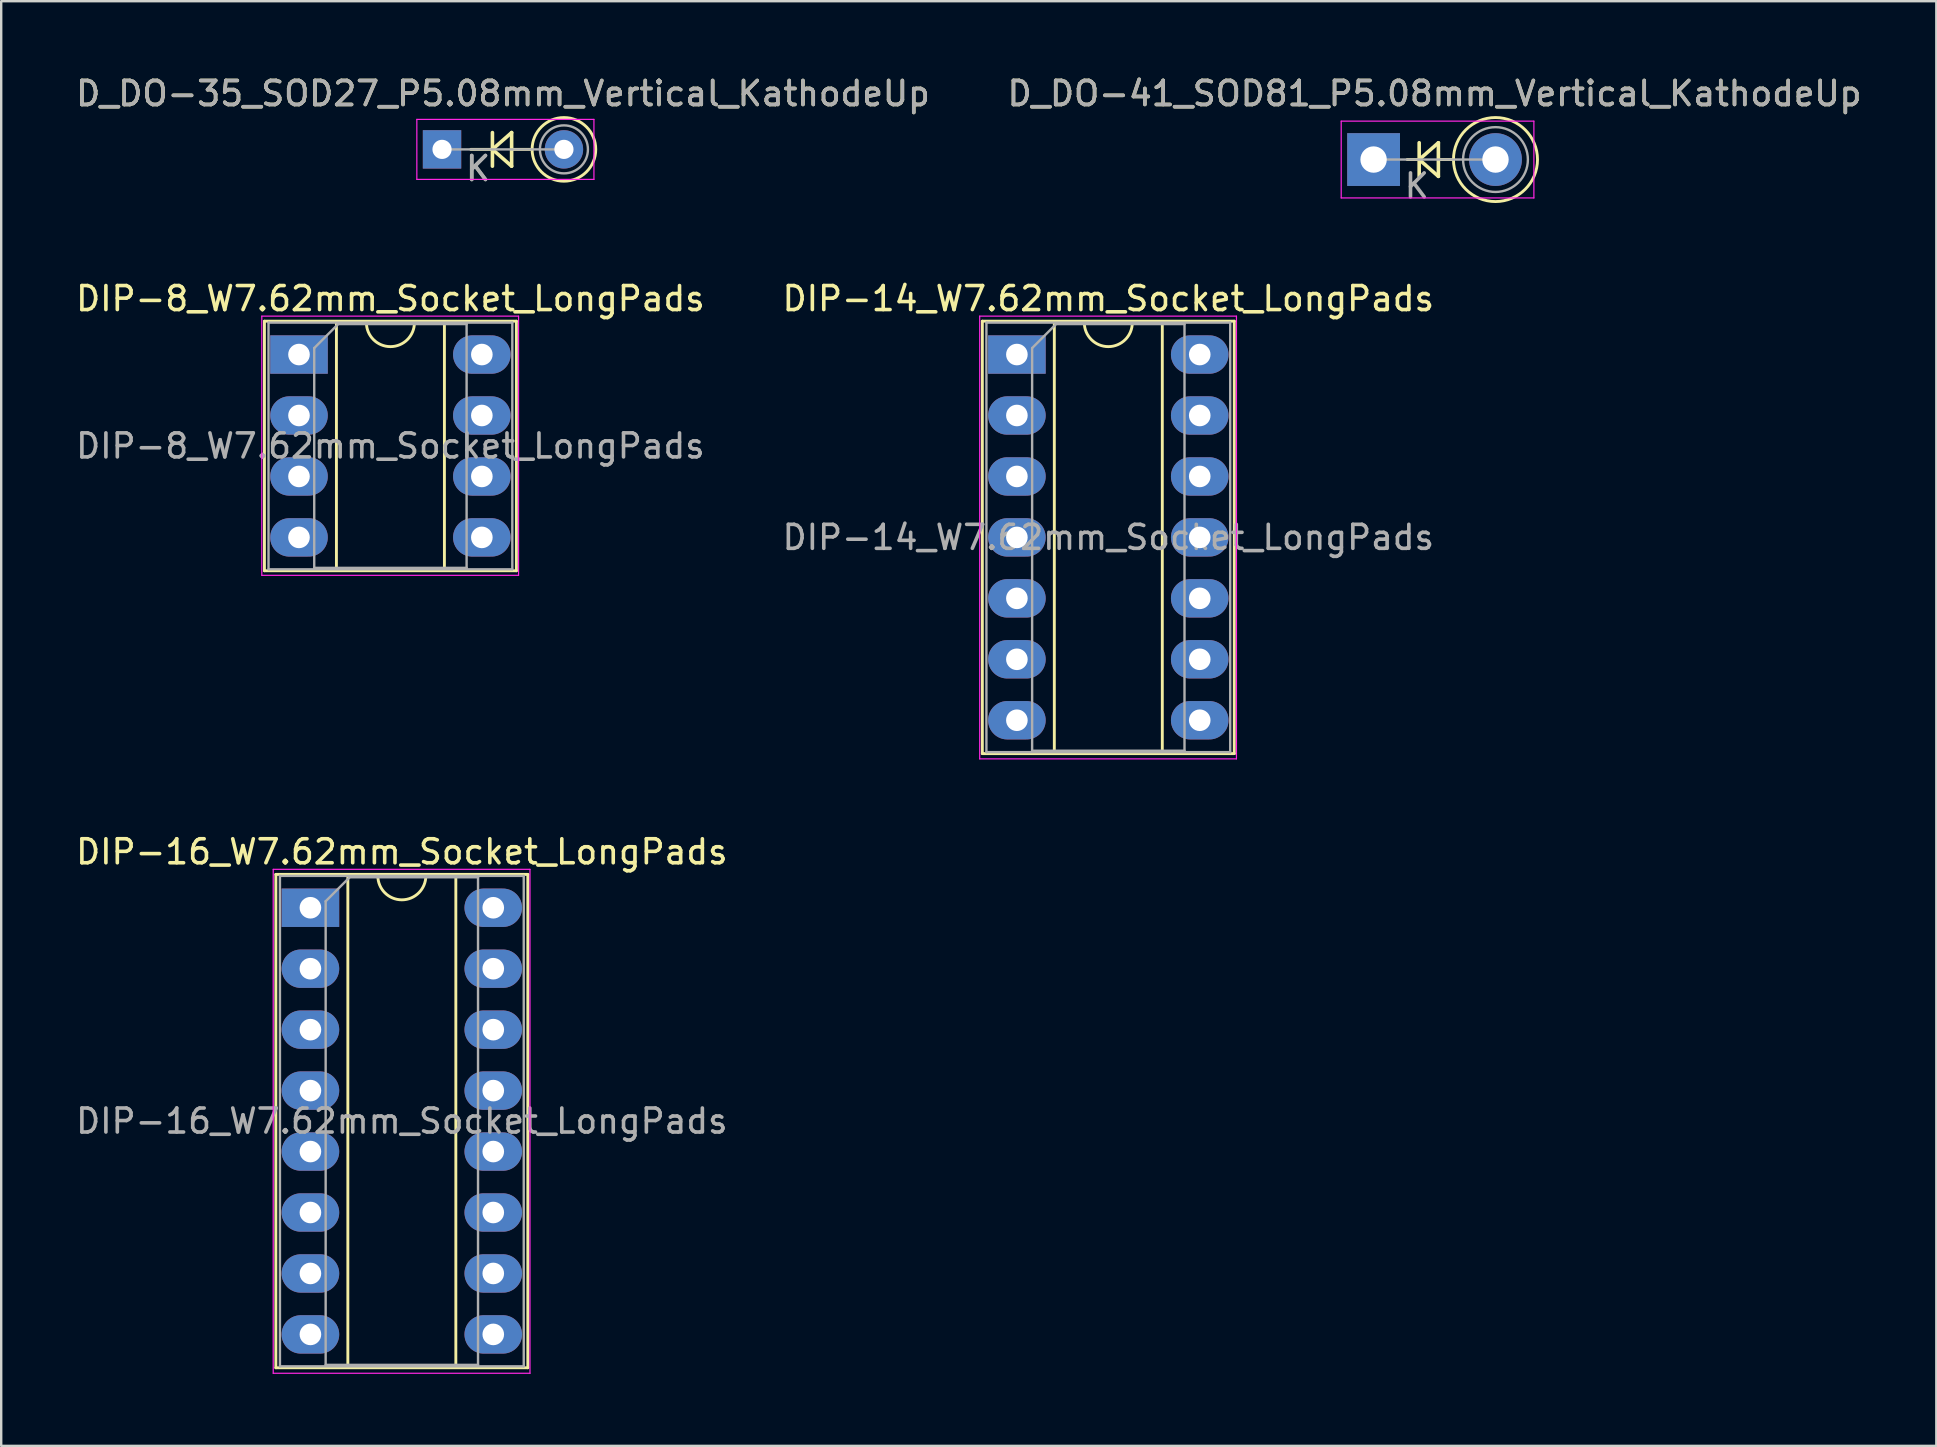
<source format=kicad_pcb>
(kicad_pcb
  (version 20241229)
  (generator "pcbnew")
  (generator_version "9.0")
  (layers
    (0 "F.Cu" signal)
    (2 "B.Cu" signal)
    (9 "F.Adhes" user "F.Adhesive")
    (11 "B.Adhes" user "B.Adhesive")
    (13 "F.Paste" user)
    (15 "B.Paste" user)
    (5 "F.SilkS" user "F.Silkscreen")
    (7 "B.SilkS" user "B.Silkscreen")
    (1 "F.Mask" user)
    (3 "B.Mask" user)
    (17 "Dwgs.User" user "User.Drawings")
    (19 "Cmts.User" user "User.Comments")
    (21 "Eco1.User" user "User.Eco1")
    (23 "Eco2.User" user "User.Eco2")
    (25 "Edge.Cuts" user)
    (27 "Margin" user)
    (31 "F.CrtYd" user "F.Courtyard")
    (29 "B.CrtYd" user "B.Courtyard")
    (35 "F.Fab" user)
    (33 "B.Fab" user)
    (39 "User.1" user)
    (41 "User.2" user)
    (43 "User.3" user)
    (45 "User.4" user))
  (footprint "D_DO-41_SOD81_P5.08mm_Vertical_KathodeUp"
    (layer "F.Cu")
    (at 54.192 3.599)
    (property "Reference" "D_DO-41_SOD81_P5.08mm_Vertical_KathodeUp" (at 2.54 -2.751 0) (layer "F.SilkS") (effects (font (size 1 1) (thickness 0.15))))
    (attr through_hole)
    (fp_line (start 1.9 -0.7) (end 1.9 0.7) (stroke (width 0.15) (type solid)) (layer "F.SilkS"))
    (fp_line (start 1.9 0) (end 1.4 0) (stroke (width 0.12) (type solid)) (layer "F.SilkS"))
    (fp_line (start 1.9 0) (end 2.7 -0.7) (stroke (width 0.15) (type solid)) (layer "F.SilkS"))
    (fp_line (start 2.7 -0.7) (end 2.7 0.7) (stroke (width 0.15) (type solid)) (layer "F.SilkS"))
    (fp_line (start 2.7 0.7) (end 1.9 0) (stroke (width 0.15) (type solid)) (layer "F.SilkS"))
    (fp_line (start 3.329 0) (end 2.7 0) (stroke (width 0.12) (type solid)) (layer "F.SilkS"))
    (fp_circle (center 5.08 0) (end 6.831 0) (stroke (width 0.12) (type solid)) (fill no) (layer "F.SilkS"))
    (fp_line (start -1.35 -1.6) (end -1.35 1.6) (stroke (width 0.05) (type solid)) (layer "F.CrtYd"))
    (fp_line (start -1.35 1.6) (end 6.68 1.6) (stroke (width 0.05) (type solid)) (layer "F.CrtYd"))
    (fp_line (start 6.68 -1.6) (end -1.35 -1.6) (stroke (width 0.05) (type solid)) (layer "F.CrtYd"))
    (fp_line (start 6.68 1.6) (end 6.68 -1.6) (stroke (width 0.05) (type solid)) (layer "F.CrtYd"))
    (fp_line (start 0 0) (end 5.08 0) (stroke (width 0.1) (type solid)) (layer "F.Fab"))
    (fp_circle (center 5.08 0) (end 6.43 0) (stroke (width 0.1) (type solid)) (fill no) (layer "F.Fab"))
    (fp_text user "K" (at 1.8 1.1 0) (layer "F.Fab") (effects (font (size 1 1) (thickness 0.15))))
    (fp_text user "${REFERENCE}" (at 2.54 -2.751 0) (layer "F.Fab") (effects (font (size 1 1) (thickness 0.15))))
    (pad "1" thru_hole rect (at 0 0) (size 2.2 2.2) (drill 1.1) (layers "*.Cu" "*.Mask"))
    (pad "2" thru_hole oval (at 5.08 0) (size 2.2 2.2) (drill 1.1) (layers "*.Cu" "*.Mask")))
  (footprint "DIP-8_W7.62mm_Socket_LongPads"
    (layer "F.Cu")
    (at 9.41 11.725)
    (property "Reference" "DIP-8_W7.62mm_Socket_LongPads" (at 3.81 -2.33 0) (layer "F.SilkS") (effects (font (size 1 1) (thickness 0.15))))
    (attr through_hole)
    (fp_line (start -1.44 -1.39) (end -1.44 9.01) (stroke (width 0.12) (type solid)) (layer "F.SilkS"))
    (fp_line (start -1.44 9.01) (end 9.06 9.01) (stroke (width 0.12) (type solid)) (layer "F.SilkS"))
    (fp_line (start 1.56 -1.33) (end 1.56 8.95) (stroke (width 0.12) (type solid)) (layer "F.SilkS"))
    (fp_line (start 1.56 8.95) (end 6.06 8.95) (stroke (width 0.12) (type solid)) (layer "F.SilkS"))
    (fp_line (start 2.81 -1.33) (end 1.56 -1.33) (stroke (width 0.12) (type solid)) (layer "F.SilkS"))
    (fp_line (start 6.06 -1.33) (end 4.81 -1.33) (stroke (width 0.12) (type solid)) (layer "F.SilkS"))
    (fp_line (start 6.06 8.95) (end 6.06 -1.33) (stroke (width 0.12) (type solid)) (layer "F.SilkS"))
    (fp_line (start 9.06 -1.39) (end -1.44 -1.39) (stroke (width 0.12) (type solid)) (layer "F.SilkS"))
    (fp_line (start 9.06 9.01) (end 9.06 -1.39) (stroke (width 0.12) (type solid)) (layer "F.SilkS"))
    (fp_arc (start 4.81 -1.33) (mid 3.81 -0.33) (end 2.81 -1.33) (stroke (width 0.12) (type solid)) (layer "F.SilkS"))
    (fp_line (start -1.55 -1.6) (end -1.55 9.2) (stroke (width 0.05) (type solid)) (layer "F.CrtYd"))
    (fp_line (start -1.55 9.2) (end 9.15 9.2) (stroke (width 0.05) (type solid)) (layer "F.CrtYd"))
    (fp_line (start 9.15 -1.6) (end -1.55 -1.6) (stroke (width 0.05) (type solid)) (layer "F.CrtYd"))
    (fp_line (start 9.15 9.2) (end 9.15 -1.6) (stroke (width 0.05) (type solid)) (layer "F.CrtYd"))
    (fp_line (start -1.27 -1.33) (end -1.27 8.95) (stroke (width 0.1) (type solid)) (layer "F.Fab"))
    (fp_line (start -1.27 8.95) (end 8.89 8.95) (stroke (width 0.1) (type solid)) (layer "F.Fab"))
    (fp_line (start 0.635 -0.27) (end 1.635 -1.27) (stroke (width 0.1) (type solid)) (layer "F.Fab"))
    (fp_line (start 0.635 8.89) (end 0.635 -0.27) (stroke (width 0.1) (type solid)) (layer "F.Fab"))
    (fp_line (start 1.635 -1.27) (end 6.985 -1.27) (stroke (width 0.1) (type solid)) (layer "F.Fab"))
    (fp_line (start 6.985 -1.27) (end 6.985 8.89) (stroke (width 0.1) (type solid)) (layer "F.Fab"))
    (fp_line (start 6.985 8.89) (end 0.635 8.89) (stroke (width 0.1) (type solid)) (layer "F.Fab"))
    (fp_line (start 8.89 -1.33) (end -1.27 -1.33) (stroke (width 0.1) (type solid)) (layer "F.Fab"))
    (fp_line (start 8.89 8.95) (end 8.89 -1.33) (stroke (width 0.1) (type solid)) (layer "F.Fab"))
    (fp_text user "${REFERENCE}" (at 3.81 3.81 0) (layer "F.Fab") (effects (font (size 1 1) (thickness 0.15))))
    (pad "1" thru_hole rect (at 0 0) (size 2.4 1.6) (drill 0.9) (layers "*.Cu" "*.Mask"))
    (pad "2" thru_hole oval (at 0 2.54) (size 2.4 1.6) (drill 0.9) (layers "*.Cu" "*.Mask"))
    (pad "3" thru_hole oval (at 0 5.08) (size 2.4 1.6) (drill 0.9) (layers "*.Cu" "*.Mask"))
    (pad "4" thru_hole oval (at 0 7.62) (size 2.4 1.6) (drill 0.9) (layers "*.Cu" "*.Mask"))
    (pad "5" thru_hole oval (at 7.62 7.62) (size 2.4 1.6) (drill 0.9) (layers "*.Cu" "*.Mask"))
    (pad "6" thru_hole oval (at 7.62 5.08) (size 2.4 1.6) (drill 0.9) (layers "*.Cu" "*.Mask"))
    (pad "7" thru_hole oval (at 7.62 2.54) (size 2.4 1.6) (drill 0.9) (layers "*.Cu" "*.Mask"))
    (pad "8" thru_hole oval (at 7.62 0) (size 2.4 1.6) (drill 0.9) (layers "*.Cu" "*.Mask")))
  (footprint "DIP-16_W7.62mm_Socket_LongPads"
    (layer "F.Cu")
    (at 9.886 34.779)
    (property "Reference" "DIP-16_W7.62mm_Socket_LongPads" (at 3.81 -2.33 0) (layer "F.SilkS") (effects (font (size 1 1) (thickness 0.15))))
    (attr through_hole)
    (fp_line (start -1.44 -1.39) (end -1.44 19.17) (stroke (width 0.12) (type solid)) (layer "F.SilkS"))
    (fp_line (start -1.44 19.17) (end 9.06 19.17) (stroke (width 0.12) (type solid)) (layer "F.SilkS"))
    (fp_line (start 1.56 -1.33) (end 1.56 19.11) (stroke (width 0.12) (type solid)) (layer "F.SilkS"))
    (fp_line (start 1.56 19.11) (end 6.06 19.11) (stroke (width 0.12) (type solid)) (layer "F.SilkS"))
    (fp_line (start 2.81 -1.33) (end 1.56 -1.33) (stroke (width 0.12) (type solid)) (layer "F.SilkS"))
    (fp_line (start 6.06 -1.33) (end 4.81 -1.33) (stroke (width 0.12) (type solid)) (layer "F.SilkS"))
    (fp_line (start 6.06 19.11) (end 6.06 -1.33) (stroke (width 0.12) (type solid)) (layer "F.SilkS"))
    (fp_line (start 9.06 -1.39) (end -1.44 -1.39) (stroke (width 0.12) (type solid)) (layer "F.SilkS"))
    (fp_line (start 9.06 19.17) (end 9.06 -1.39) (stroke (width 0.12) (type solid)) (layer "F.SilkS"))
    (fp_arc (start 4.81 -1.33) (mid 3.81 -0.33) (end 2.81 -1.33) (stroke (width 0.12) (type solid)) (layer "F.SilkS"))
    (fp_line (start -1.55 -1.6) (end -1.55 19.4) (stroke (width 0.05) (type solid)) (layer "F.CrtYd"))
    (fp_line (start -1.55 19.4) (end 9.15 19.4) (stroke (width 0.05) (type solid)) (layer "F.CrtYd"))
    (fp_line (start 9.15 -1.6) (end -1.55 -1.6) (stroke (width 0.05) (type solid)) (layer "F.CrtYd"))
    (fp_line (start 9.15 19.4) (end 9.15 -1.6) (stroke (width 0.05) (type solid)) (layer "F.CrtYd"))
    (fp_line (start -1.27 -1.33) (end -1.27 19.11) (stroke (width 0.1) (type solid)) (layer "F.Fab"))
    (fp_line (start -1.27 19.11) (end 8.89 19.11) (stroke (width 0.1) (type solid)) (layer "F.Fab"))
    (fp_line (start 0.635 -0.27) (end 1.635 -1.27) (stroke (width 0.1) (type solid)) (layer "F.Fab"))
    (fp_line (start 0.635 19.05) (end 0.635 -0.27) (stroke (width 0.1) (type solid)) (layer "F.Fab"))
    (fp_line (start 1.635 -1.27) (end 6.985 -1.27) (stroke (width 0.1) (type solid)) (layer "F.Fab"))
    (fp_line (start 6.985 -1.27) (end 6.985 19.05) (stroke (width 0.1) (type solid)) (layer "F.Fab"))
    (fp_line (start 6.985 19.05) (end 0.635 19.05) (stroke (width 0.1) (type solid)) (layer "F.Fab"))
    (fp_line (start 8.89 -1.33) (end -1.27 -1.33) (stroke (width 0.1) (type solid)) (layer "F.Fab"))
    (fp_line (start 8.89 19.11) (end 8.89 -1.33) (stroke (width 0.1) (type solid)) (layer "F.Fab"))
    (fp_text user "${REFERENCE}" (at 3.81 8.89 0) (layer "F.Fab") (effects (font (size 1 1) (thickness 0.15))))
    (pad "1" thru_hole rect (at 0 0) (size 2.4 1.6) (drill 0.9) (layers "*.Cu" "*.Mask"))
    (pad "2" thru_hole oval (at 0 2.54) (size 2.4 1.6) (drill 0.9) (layers "*.Cu" "*.Mask"))
    (pad "3" thru_hole oval (at 0 5.08) (size 2.4 1.6) (drill 0.9) (layers "*.Cu" "*.Mask"))
    (pad "4" thru_hole oval (at 0 7.62) (size 2.4 1.6) (drill 0.9) (layers "*.Cu" "*.Mask"))
    (pad "5" thru_hole oval (at 0 10.16) (size 2.4 1.6) (drill 0.9) (layers "*.Cu" "*.Mask"))
    (pad "6" thru_hole oval (at 0 12.7) (size 2.4 1.6) (drill 0.9) (layers "*.Cu" "*.Mask"))
    (pad "7" thru_hole oval (at 0 15.24) (size 2.4 1.6) (drill 0.9) (layers "*.Cu" "*.Mask"))
    (pad "8" thru_hole oval (at 0 17.78) (size 2.4 1.6) (drill 0.9) (layers "*.Cu" "*.Mask"))
    (pad "9" thru_hole oval (at 7.62 17.78) (size 2.4 1.6) (drill 0.9) (layers "*.Cu" "*.Mask"))
    (pad "10" thru_hole oval (at 7.62 15.24) (size 2.4 1.6) (drill 0.9) (layers "*.Cu" "*.Mask"))
    (pad "11" thru_hole oval (at 7.62 12.7) (size 2.4 1.6) (drill 0.9) (layers "*.Cu" "*.Mask"))
    (pad "12" thru_hole oval (at 7.62 10.16) (size 2.4 1.6) (drill 0.9) (layers "*.Cu" "*.Mask"))
    (pad "13" thru_hole oval (at 7.62 7.62) (size 2.4 1.6) (drill 0.9) (layers "*.Cu" "*.Mask"))
    (pad "14" thru_hole oval (at 7.62 5.08) (size 2.4 1.6) (drill 0.9) (layers "*.Cu" "*.Mask"))
    (pad "15" thru_hole oval (at 7.62 2.54) (size 2.4 1.6) (drill 0.9) (layers "*.Cu" "*.Mask"))
    (pad "16" thru_hole oval (at 7.62 0) (size 2.4 1.6) (drill 0.9) (layers "*.Cu" "*.Mask")))
  (footprint "D_DO-35_SOD27_P5.08mm_Vertical_KathodeUp"
    (layer "F.Cu")
    (at 15.371 3.175)
    (property "Reference" "D_DO-35_SOD27_P5.08mm_Vertical_KathodeUp" (at 2.54 -2.326 0) (layer "F.SilkS") (effects (font (size 1 1) (thickness 0.15))))
    (attr through_hole)
    (fp_line (start 2.054 0) (end 1.2 0) (stroke (width 0.12) (type solid)) (layer "F.SilkS"))
    (fp_line (start 2.1 -0.7) (end 2.1 0.7) (stroke (width 0.15) (type solid)) (layer "F.SilkS"))
    (fp_line (start 2.1 0) (end 2.9 -0.7) (stroke (width 0.15) (type solid)) (layer "F.SilkS"))
    (fp_line (start 2.9 -0.7) (end 2.9 0.7) (stroke (width 0.15) (type solid)) (layer "F.SilkS"))
    (fp_line (start 2.9 0.7) (end 2.1 0) (stroke (width 0.15) (type solid)) (layer "F.SilkS"))
    (fp_line (start 3.754 0) (end 2.9 0) (stroke (width 0.12) (type solid)) (layer "F.SilkS"))
    (fp_circle (center 5.08 0) (end 6.406 0) (stroke (width 0.12) (type solid)) (fill no) (layer "F.SilkS"))
    (fp_line (start -1.05 -1.25) (end -1.05 1.25) (stroke (width 0.05) (type solid)) (layer "F.CrtYd"))
    (fp_line (start -1.05 1.25) (end 6.33 1.25) (stroke (width 0.05) (type solid)) (layer "F.CrtYd"))
    (fp_line (start 6.33 -1.25) (end -1.05 -1.25) (stroke (width 0.05) (type solid)) (layer "F.CrtYd"))
    (fp_line (start 6.33 1.25) (end 6.33 -1.25) (stroke (width 0.05) (type solid)) (layer "F.CrtYd"))
    (fp_line (start 0 0) (end 5.08 0) (stroke (width 0.1) (type solid)) (layer "F.Fab"))
    (fp_circle (center 5.08 0) (end 6.08 0) (stroke (width 0.1) (type solid)) (fill no) (layer "F.Fab"))
    (fp_text user "K" (at 1.5 0.8 0) (layer "F.Fab") (effects (font (size 1 1) (thickness 0.15))))
    (fp_text user "${REFERENCE}" (at 2.54 -2.326 0) (layer "F.Fab") (effects (font (size 1 1) (thickness 0.15))))
    (fp_text user "K" (at 1.5 0.8 0) (layer "F.Fab") (effects (font (size 1 1) (thickness 0.15))))
    (pad "1" thru_hole rect (at 0 0) (size 1.6 1.6) (drill 0.8) (layers "*.Cu" "*.Mask"))
    (pad "2" thru_hole oval (at 5.08 0) (size 1.6 1.6) (drill 0.8) (layers "*.Cu" "*.Mask")))
  (footprint "DIP-14_W7.62mm_Socket_LongPads"
    (layer "F.Cu")
    (at 39.327 11.725)
    (property "Reference" "DIP-14_W7.62mm_Socket_LongPads" (at 3.81 -2.33 0) (layer "F.SilkS") (effects (font (size 1 1) (thickness 0.15))))
    (attr through_hole)
    (fp_line (start -1.44 -1.39) (end -1.44 16.63) (stroke (width 0.12) (type solid)) (layer "F.SilkS"))
    (fp_line (start -1.44 16.63) (end 9.06 16.63) (stroke (width 0.12) (type solid)) (layer "F.SilkS"))
    (fp_line (start 1.56 -1.33) (end 1.56 16.57) (stroke (width 0.12) (type solid)) (layer "F.SilkS"))
    (fp_line (start 1.56 16.57) (end 6.06 16.57) (stroke (width 0.12) (type solid)) (layer "F.SilkS"))
    (fp_line (start 2.81 -1.33) (end 1.56 -1.33) (stroke (width 0.12) (type solid)) (layer "F.SilkS"))
    (fp_line (start 6.06 -1.33) (end 4.81 -1.33) (stroke (width 0.12) (type solid)) (layer "F.SilkS"))
    (fp_line (start 6.06 16.57) (end 6.06 -1.33) (stroke (width 0.12) (type solid)) (layer "F.SilkS"))
    (fp_line (start 9.06 -1.39) (end -1.44 -1.39) (stroke (width 0.12) (type solid)) (layer "F.SilkS"))
    (fp_line (start 9.06 16.63) (end 9.06 -1.39) (stroke (width 0.12) (type solid)) (layer "F.SilkS"))
    (fp_arc (start 4.81 -1.33) (mid 3.81 -0.33) (end 2.81 -1.33) (stroke (width 0.12) (type solid)) (layer "F.SilkS"))
    (fp_line (start -1.55 -1.6) (end -1.55 16.85) (stroke (width 0.05) (type solid)) (layer "F.CrtYd"))
    (fp_line (start -1.55 16.85) (end 9.15 16.85) (stroke (width 0.05) (type solid)) (layer "F.CrtYd"))
    (fp_line (start 9.15 -1.6) (end -1.55 -1.6) (stroke (width 0.05) (type solid)) (layer "F.CrtYd"))
    (fp_line (start 9.15 16.85) (end 9.15 -1.6) (stroke (width 0.05) (type solid)) (layer "F.CrtYd"))
    (fp_line (start -1.27 -1.33) (end -1.27 16.57) (stroke (width 0.1) (type solid)) (layer "F.Fab"))
    (fp_line (start -1.27 16.57) (end 8.89 16.57) (stroke (width 0.1) (type solid)) (layer "F.Fab"))
    (fp_line (start 0.635 -0.27) (end 1.635 -1.27) (stroke (width 0.1) (type solid)) (layer "F.Fab"))
    (fp_line (start 0.635 16.51) (end 0.635 -0.27) (stroke (width 0.1) (type solid)) (layer "F.Fab"))
    (fp_line (start 1.635 -1.27) (end 6.985 -1.27) (stroke (width 0.1) (type solid)) (layer "F.Fab"))
    (fp_line (start 6.985 -1.27) (end 6.985 16.51) (stroke (width 0.1) (type solid)) (layer "F.Fab"))
    (fp_line (start 6.985 16.51) (end 0.635 16.51) (stroke (width 0.1) (type solid)) (layer "F.Fab"))
    (fp_line (start 8.89 -1.33) (end -1.27 -1.33) (stroke (width 0.1) (type solid)) (layer "F.Fab"))
    (fp_line (start 8.89 16.57) (end 8.89 -1.33) (stroke (width 0.1) (type solid)) (layer "F.Fab"))
    (fp_text user "${REFERENCE}" (at 3.81 7.62 0) (layer "F.Fab") (effects (font (size 1 1) (thickness 0.15))))
    (pad "1" thru_hole rect (at 0 0) (size 2.4 1.6) (drill 0.9) (layers "*.Cu" "*.Mask"))
    (pad "2" thru_hole oval (at 0 2.54) (size 2.4 1.6) (drill 0.9) (layers "*.Cu" "*.Mask"))
    (pad "3" thru_hole oval (at 0 5.08) (size 2.4 1.6) (drill 0.9) (layers "*.Cu" "*.Mask"))
    (pad "4" thru_hole oval (at 0 7.62) (size 2.4 1.6) (drill 0.9) (layers "*.Cu" "*.Mask"))
    (pad "5" thru_hole oval (at 0 10.16) (size 2.4 1.6) (drill 0.9) (layers "*.Cu" "*.Mask"))
    (pad "6" thru_hole oval (at 0 12.7) (size 2.4 1.6) (drill 0.9) (layers "*.Cu" "*.Mask"))
    (pad "7" thru_hole oval (at 0 15.24) (size 2.4 1.6) (drill 0.9) (layers "*.Cu" "*.Mask"))
    (pad "8" thru_hole oval (at 7.62 15.24) (size 2.4 1.6) (drill 0.9) (layers "*.Cu" "*.Mask"))
    (pad "9" thru_hole oval (at 7.62 12.7) (size 2.4 1.6) (drill 0.9) (layers "*.Cu" "*.Mask"))
    (pad "10" thru_hole oval (at 7.62 10.16) (size 2.4 1.6) (drill 0.9) (layers "*.Cu" "*.Mask"))
    (pad "11" thru_hole oval (at 7.62 7.62) (size 2.4 1.6) (drill 0.9) (layers "*.Cu" "*.Mask"))
    (pad "12" thru_hole oval (at 7.62 5.08) (size 2.4 1.6) (drill 0.9) (layers "*.Cu" "*.Mask"))
    (pad "13" thru_hole oval (at 7.62 2.54) (size 2.4 1.6) (drill 0.9) (layers "*.Cu" "*.Mask"))
    (pad "14" thru_hole oval (at 7.62 0) (size 2.4 1.6) (drill 0.9) (layers "*.Cu" "*.Mask")))
  (gr_rect
    (start -3 -3)
    (end 77.643 57.204)
    (stroke (width 0.1) (type default))
    (fill no)
    (layer "Edge.Cuts")))
</source>
